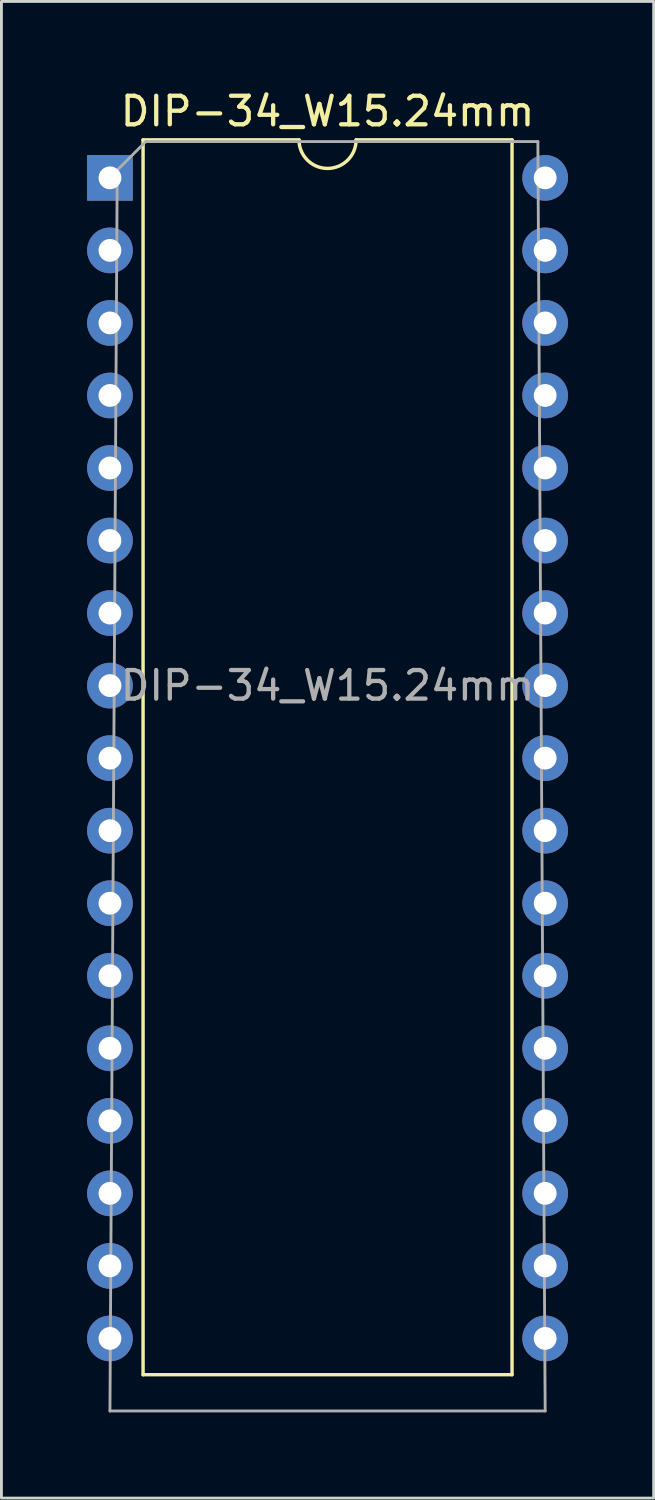
<source format=kicad_pcb>
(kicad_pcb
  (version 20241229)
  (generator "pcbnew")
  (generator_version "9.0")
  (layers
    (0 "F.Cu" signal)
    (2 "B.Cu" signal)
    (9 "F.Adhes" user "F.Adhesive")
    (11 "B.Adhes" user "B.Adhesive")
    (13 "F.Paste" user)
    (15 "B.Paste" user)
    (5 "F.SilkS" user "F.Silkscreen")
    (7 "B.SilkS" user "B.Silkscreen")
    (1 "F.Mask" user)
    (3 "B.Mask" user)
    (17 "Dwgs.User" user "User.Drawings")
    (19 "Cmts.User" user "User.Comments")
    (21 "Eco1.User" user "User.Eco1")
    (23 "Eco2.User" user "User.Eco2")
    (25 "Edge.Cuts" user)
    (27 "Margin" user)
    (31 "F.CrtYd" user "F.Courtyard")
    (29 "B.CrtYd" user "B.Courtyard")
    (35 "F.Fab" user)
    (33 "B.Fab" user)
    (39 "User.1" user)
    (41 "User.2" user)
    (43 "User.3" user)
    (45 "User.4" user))
  (footprint "DIP-34_W15.24mm"
    (layer "F.Cu")
    (at 0.8 3.178)
    (property "Reference" "DIP-34_W15.24mm" (at 7.62 -2.33 180) (layer "F.SilkS") (effects (font (size 1 1) (thickness 0.15))))
    (attr through_hole)
    (fp_line (start 1.16 -1.33) (end 1.16 41.91) (stroke (width 0.12) (type solid)) (layer "F.SilkS"))
    (fp_line (start 1.16 41.91) (end 14.08 41.91) (stroke (width 0.12) (type solid)) (layer "F.SilkS"))
    (fp_line (start 6.62 -1.33) (end 1.16 -1.33) (stroke (width 0.12) (type solid)) (layer "F.SilkS"))
    (fp_line (start 14.08 -1.33) (end 8.62 -1.33) (stroke (width 0.12) (type solid)) (layer "F.SilkS"))
    (fp_line (start 14.08 41.91) (end 14.08 -1.33) (stroke (width 0.12) (type solid)) (layer "F.SilkS"))
    (fp_arc (start 8.62 -1.33) (mid 7.62 -0.33) (end 6.62 -1.33) (stroke (width 0.12) (type solid)) (layer "F.SilkS"))
    (fp_line (start 0 43.18) (end 0.255 -0.27) (stroke (width 0.1) (type solid)) (layer "F.Fab"))
    (fp_line (start 0.255 -0.27) (end 1.255 -1.27) (stroke (width 0.1) (type solid)) (layer "F.Fab"))
    (fp_line (start 1.255 -1.27) (end 14.985 -1.27) (stroke (width 0.1) (type solid)) (layer "F.Fab"))
    (fp_line (start 14.985 -1.27) (end 15.24 43.18) (stroke (width 0.1) (type solid)) (layer "F.Fab"))
    (fp_line (start 15.24 43.18) (end 0 43.18) (stroke (width 0.1) (type solid)) (layer "F.Fab"))
    (fp_text user "${REFERENCE}" (at 7.62 17.78 180) (layer "F.Fab") (effects (font (size 1 1) (thickness 0.15))))
    (pad "1" thru_hole rect (at 0 0) (size 1.6 1.6) (drill 0.8) (layers "*.Cu" "*.Mask"))
    (pad "2" thru_hole oval (at 0 2.54) (size 1.6 1.6) (drill 0.8) (layers "*.Cu" "*.Mask"))
    (pad "3" thru_hole oval (at 0 5.08) (size 1.6 1.6) (drill 0.8) (layers "*.Cu" "*.Mask"))
    (pad "4" thru_hole oval (at 0 7.62) (size 1.6 1.6) (drill 0.8) (layers "*.Cu" "*.Mask"))
    (pad "5" thru_hole oval (at 0 10.16) (size 1.6 1.6) (drill 0.8) (layers "*.Cu" "*.Mask"))
    (pad "6" thru_hole oval (at 0 12.7) (size 1.6 1.6) (drill 0.8) (layers "*.Cu" "*.Mask"))
    (pad "7" thru_hole oval (at 0 15.24) (size 1.6 1.6) (drill 0.8) (layers "*.Cu" "*.Mask"))
    (pad "8" thru_hole oval (at 0 17.78) (size 1.6 1.6) (drill 0.8) (layers "*.Cu" "*.Mask"))
    (pad "9" thru_hole oval (at 0 20.32) (size 1.6 1.6) (drill 0.8) (layers "*.Cu" "*.Mask"))
    (pad "10" thru_hole oval (at 0 22.86) (size 1.6 1.6) (drill 0.8) (layers "*.Cu" "*.Mask"))
    (pad "11" thru_hole oval (at 0 25.4) (size 1.6 1.6) (drill 0.8) (layers "*.Cu" "*.Mask"))
    (pad "12" thru_hole oval (at 0 27.94) (size 1.6 1.6) (drill 0.8) (layers "*.Cu" "*.Mask"))
    (pad "13" thru_hole oval (at 0 30.48) (size 1.6 1.6) (drill 0.8) (layers "*.Cu" "*.Mask"))
    (pad "14" thru_hole oval (at 0 33.02) (size 1.6 1.6) (drill 0.8) (layers "*.Cu" "*.Mask"))
    (pad "15" thru_hole oval (at 0 35.56) (size 1.6 1.6) (drill 0.8) (layers "*.Cu" "*.Mask"))
    (pad "16" thru_hole oval (at 0 38.1) (size 1.6 1.6) (drill 0.8) (layers "*.Cu" "*.Mask"))
    (pad "17" thru_hole oval (at 0 40.64) (size 1.6 1.6) (drill 0.8) (layers "*.Cu" "*.Mask"))
    (pad "18" thru_hole oval (at 15.24 0) (size 1.6 1.6) (drill 0.8) (layers "*.Cu" "*.Mask"))
    (pad "19" thru_hole oval (at 15.24 2.54) (size 1.6 1.6) (drill 0.8) (layers "*.Cu" "*.Mask"))
    (pad "20" thru_hole oval (at 15.24 5.08) (size 1.6 1.6) (drill 0.8) (layers "*.Cu" "*.Mask"))
    (pad "21" thru_hole oval (at 15.24 7.62) (size 1.6 1.6) (drill 0.8) (layers "*.Cu" "*.Mask"))
    (pad "22" thru_hole oval (at 15.24 10.16) (size 1.6 1.6) (drill 0.8) (layers "*.Cu" "*.Mask"))
    (pad "23" thru_hole oval (at 15.24 12.7) (size 1.6 1.6) (drill 0.8) (layers "*.Cu" "*.Mask"))
    (pad "24" thru_hole oval (at 15.24 15.24) (size 1.6 1.6) (drill 0.8) (layers "*.Cu" "*.Mask"))
    (pad "25" thru_hole oval (at 15.24 17.78) (size 1.6 1.6) (drill 0.8) (layers "*.Cu" "*.Mask"))
    (pad "26" thru_hole oval (at 15.24 20.32) (size 1.6 1.6) (drill 0.8) (layers "*.Cu" "*.Mask"))
    (pad "27" thru_hole oval (at 15.24 22.86) (size 1.6 1.6) (drill 0.8) (layers "*.Cu" "*.Mask"))
    (pad "28" thru_hole oval (at 15.24 25.4) (size 1.6 1.6) (drill 0.8) (layers "*.Cu" "*.Mask"))
    (pad "29" thru_hole oval (at 15.24 27.94) (size 1.6 1.6) (drill 0.8) (layers "*.Cu" "*.Mask"))
    (pad "30" thru_hole oval (at 15.24 30.48) (size 1.6 1.6) (drill 0.8) (layers "*.Cu" "*.Mask"))
    (pad "31" thru_hole oval (at 15.24 33.02) (size 1.6 1.6) (drill 0.8) (layers "*.Cu" "*.Mask"))
    (pad "32" thru_hole oval (at 15.24 35.56) (size 1.6 1.6) (drill 0.8) (layers "*.Cu" "*.Mask"))
    (pad "33" thru_hole oval (at 15.24 38.1) (size 1.6 1.6) (drill 0.8) (layers "*.Cu" "*.Mask"))
    (pad "34" thru_hole oval (at 15.24 40.64) (size 1.6 1.6) (drill 0.8) (layers "*.Cu" "*.Mask")))
  (gr_rect
    (start -3 -3)
    (end 19.84 49.408)
    (stroke (width 0.1) (type default))
    (fill no)
    (layer "Edge.Cuts")))
</source>
